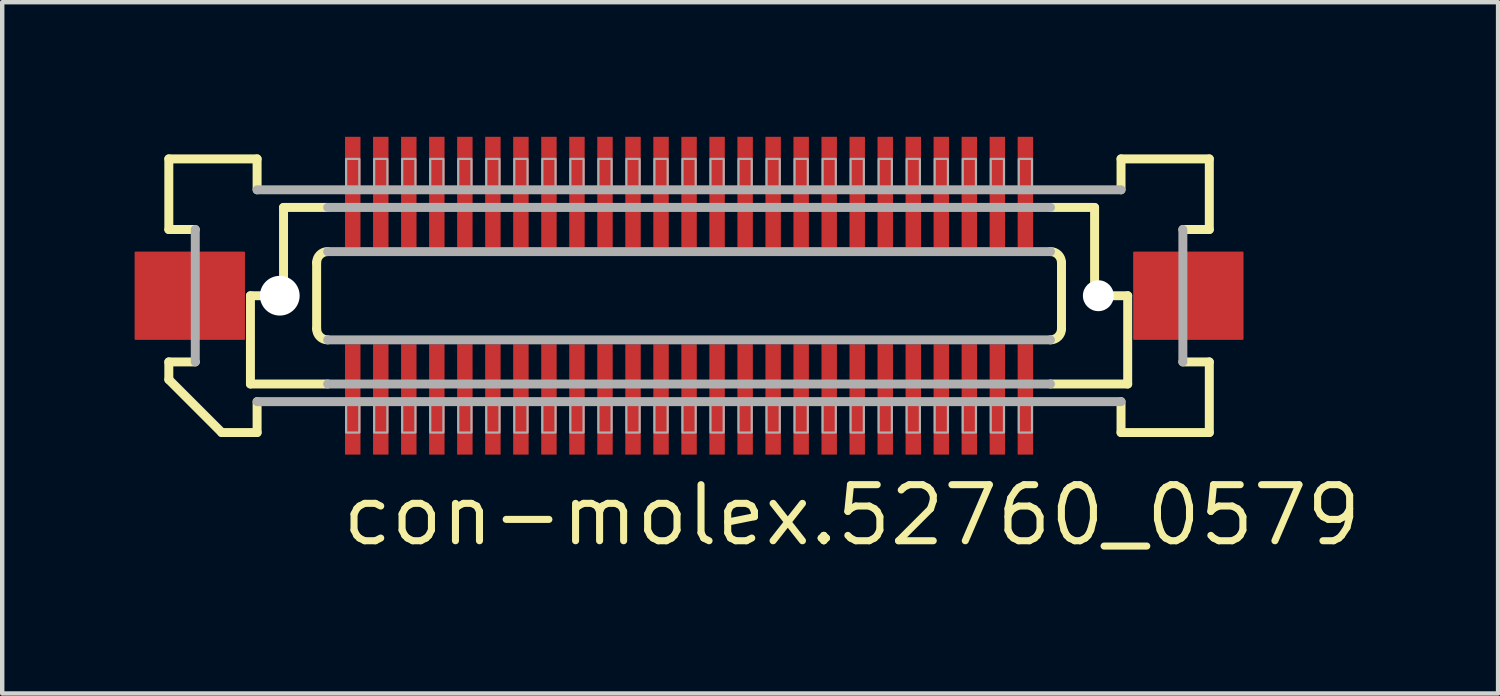
<source format=kicad_pcb>
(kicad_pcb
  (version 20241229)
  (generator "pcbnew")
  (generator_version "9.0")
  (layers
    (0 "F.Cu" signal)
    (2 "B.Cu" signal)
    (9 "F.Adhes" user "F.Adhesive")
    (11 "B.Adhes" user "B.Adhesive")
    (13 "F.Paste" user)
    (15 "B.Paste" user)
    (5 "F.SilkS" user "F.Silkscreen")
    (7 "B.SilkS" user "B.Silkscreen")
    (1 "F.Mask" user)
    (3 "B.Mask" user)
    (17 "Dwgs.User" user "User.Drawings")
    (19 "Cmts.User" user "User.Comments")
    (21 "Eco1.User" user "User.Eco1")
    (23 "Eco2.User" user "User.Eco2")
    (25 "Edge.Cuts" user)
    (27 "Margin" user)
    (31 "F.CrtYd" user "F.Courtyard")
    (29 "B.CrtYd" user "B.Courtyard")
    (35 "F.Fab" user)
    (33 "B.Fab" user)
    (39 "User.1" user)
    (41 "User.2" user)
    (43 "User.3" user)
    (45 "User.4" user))
  (footprint "con-molex.52760_0579"
    (layer "F.Cu")
    (at 12.562 3.65)
    (property "Reference" "con-molex.52760_0579" (at -7.938 5.715 0) (layer "F.SilkS") (effects (font (size 1.27 1.27) (thickness 0.16)) (justify left bottom)))
    (attr smd)
    (fp_rect (start -7.82 -1.075) (end -7.42 -3.625) (stroke (width 0.05) (type default)) (fill yes) (layer "F.Mask"))
    (fp_rect (start -7.82 3.625) (end -7.42 1.075) (stroke (width 0.05) (type default)) (fill yes) (layer "F.Mask"))
    (fp_rect (start -7.185 -1.075) (end -6.785 -3.625) (stroke (width 0.05) (type default)) (fill yes) (layer "F.Mask"))
    (fp_rect (start -7.185 3.625) (end -6.785 1.075) (stroke (width 0.05) (type default)) (fill yes) (layer "F.Mask"))
    (fp_rect (start -6.55 -1.075) (end -6.15 -3.625) (stroke (width 0.05) (type default)) (fill yes) (layer "F.Mask"))
    (fp_rect (start -6.55 3.625) (end -6.15 1.075) (stroke (width 0.05) (type default)) (fill yes) (layer "F.Mask"))
    (fp_rect (start -5.915 -1.075) (end -5.515 -3.625) (stroke (width 0.05) (type default)) (fill yes) (layer "F.Mask"))
    (fp_rect (start -5.915 3.625) (end -5.515 1.075) (stroke (width 0.05) (type default)) (fill yes) (layer "F.Mask"))
    (fp_rect (start -5.28 -1.075) (end -4.88 -3.625) (stroke (width 0.05) (type default)) (fill yes) (layer "F.Mask"))
    (fp_rect (start -5.28 3.625) (end -4.88 1.075) (stroke (width 0.05) (type default)) (fill yes) (layer "F.Mask"))
    (fp_rect (start -4.645 -1.075) (end -4.245 -3.625) (stroke (width 0.05) (type default)) (fill yes) (layer "F.Mask"))
    (fp_rect (start -4.645 3.625) (end -4.245 1.075) (stroke (width 0.05) (type default)) (fill yes) (layer "F.Mask"))
    (fp_rect (start -4.01 -1.075) (end -3.61 -3.625) (stroke (width 0.05) (type default)) (fill yes) (layer "F.Mask"))
    (fp_rect (start -4.01 3.625) (end -3.61 1.075) (stroke (width 0.05) (type default)) (fill yes) (layer "F.Mask"))
    (fp_rect (start -3.375 -1.075) (end -2.975 -3.625) (stroke (width 0.05) (type default)) (fill yes) (layer "F.Mask"))
    (fp_rect (start -3.375 3.625) (end -2.975 1.075) (stroke (width 0.05) (type default)) (fill yes) (layer "F.Mask"))
    (fp_rect (start -2.74 -1.075) (end -2.34 -3.625) (stroke (width 0.05) (type default)) (fill yes) (layer "F.Mask"))
    (fp_rect (start -2.74 3.625) (end -2.34 1.075) (stroke (width 0.05) (type default)) (fill yes) (layer "F.Mask"))
    (fp_rect (start -2.105 -1.075) (end -1.705 -3.625) (stroke (width 0.05) (type default)) (fill yes) (layer "F.Mask"))
    (fp_rect (start -2.105 3.625) (end -1.705 1.075) (stroke (width 0.05) (type default)) (fill yes) (layer "F.Mask"))
    (fp_rect (start -1.47 -1.075) (end -1.07 -3.625) (stroke (width 0.05) (type default)) (fill yes) (layer "F.Mask"))
    (fp_rect (start -1.47 3.625) (end -1.07 1.075) (stroke (width 0.05) (type default)) (fill yes) (layer "F.Mask"))
    (fp_rect (start -0.835 -1.075) (end -0.435 -3.625) (stroke (width 0.05) (type default)) (fill yes) (layer "F.Mask"))
    (fp_rect (start -0.835 3.625) (end -0.435 1.075) (stroke (width 0.05) (type default)) (fill yes) (layer "F.Mask"))
    (fp_rect (start -0.2 -1.075) (end 0.2 -3.625) (stroke (width 0.05) (type default)) (fill yes) (layer "F.Mask"))
    (fp_rect (start -0.2 3.625) (end 0.2 1.075) (stroke (width 0.05) (type default)) (fill yes) (layer "F.Mask"))
    (fp_rect (start 0.435 -1.075) (end 0.835 -3.625) (stroke (width 0.05) (type default)) (fill yes) (layer "F.Mask"))
    (fp_rect (start 0.435 3.625) (end 0.835 1.075) (stroke (width 0.05) (type default)) (fill yes) (layer "F.Mask"))
    (fp_rect (start 1.07 -1.075) (end 1.47 -3.625) (stroke (width 0.05) (type default)) (fill yes) (layer "F.Mask"))
    (fp_rect (start 1.07 3.625) (end 1.47 1.075) (stroke (width 0.05) (type default)) (fill yes) (layer "F.Mask"))
    (fp_rect (start 1.705 -1.075) (end 2.105 -3.625) (stroke (width 0.05) (type default)) (fill yes) (layer "F.Mask"))
    (fp_rect (start 1.705 3.625) (end 2.105 1.075) (stroke (width 0.05) (type default)) (fill yes) (layer "F.Mask"))
    (fp_rect (start 2.34 -1.075) (end 2.74 -3.625) (stroke (width 0.05) (type default)) (fill yes) (layer "F.Mask"))
    (fp_rect (start 2.34 3.625) (end 2.74 1.075) (stroke (width 0.05) (type default)) (fill yes) (layer "F.Mask"))
    (fp_rect (start 2.975 -1.075) (end 3.375 -3.625) (stroke (width 0.05) (type default)) (fill yes) (layer "F.Mask"))
    (fp_rect (start 2.975 3.625) (end 3.375 1.075) (stroke (width 0.05) (type default)) (fill yes) (layer "F.Mask"))
    (fp_rect (start 3.61 -1.075) (end 4.01 -3.625) (stroke (width 0.05) (type default)) (fill yes) (layer "F.Mask"))
    (fp_rect (start 3.61 3.625) (end 4.01 1.075) (stroke (width 0.05) (type default)) (fill yes) (layer "F.Mask"))
    (fp_rect (start 4.245 -1.075) (end 4.645 -3.625) (stroke (width 0.05) (type default)) (fill yes) (layer "F.Mask"))
    (fp_rect (start 4.245 3.625) (end 4.645 1.075) (stroke (width 0.05) (type default)) (fill yes) (layer "F.Mask"))
    (fp_rect (start 4.88 -1.075) (end 5.28 -3.625) (stroke (width 0.05) (type default)) (fill yes) (layer "F.Mask"))
    (fp_rect (start 4.88 3.625) (end 5.28 1.075) (stroke (width 0.05) (type default)) (fill yes) (layer "F.Mask"))
    (fp_rect (start 5.515 -1.075) (end 5.915 -3.625) (stroke (width 0.05) (type default)) (fill yes) (layer "F.Mask"))
    (fp_rect (start 5.515 3.625) (end 5.915 1.075) (stroke (width 0.05) (type default)) (fill yes) (layer "F.Mask"))
    (fp_rect (start 6.15 -1.075) (end 6.55 -3.625) (stroke (width 0.05) (type default)) (fill yes) (layer "F.Mask"))
    (fp_rect (start 6.15 3.625) (end 6.55 1.075) (stroke (width 0.05) (type default)) (fill yes) (layer "F.Mask"))
    (fp_rect (start 6.785 -1.075) (end 7.185 -3.625) (stroke (width 0.05) (type default)) (fill yes) (layer "F.Mask"))
    (fp_rect (start 6.785 3.625) (end 7.185 1.075) (stroke (width 0.05) (type default)) (fill yes) (layer "F.Mask"))
    (fp_rect (start 7.42 -1.075) (end 7.82 -3.625) (stroke (width 0.05) (type default)) (fill yes) (layer "F.Mask"))
    (fp_rect (start 7.42 3.625) (end 7.82 1.075) (stroke (width 0.05) (type default)) (fill yes) (layer "F.Mask"))
    (fp_line (start -11.787 -3.1) (end -9.787 -3.1) (stroke (width 0.203) (type default)) (layer "F.SilkS"))
    (fp_line (start -11.787 -1.5) (end -11.787 -3.1) (stroke (width 0.203) (type default)) (layer "F.SilkS"))
    (fp_line (start -11.787 1.5) (end -11.188 1.5) (stroke (width 0.203) (type default)) (layer "F.SilkS"))
    (fp_line (start -11.787 1.9) (end -11.787 1.5) (stroke (width 0.203) (type default)) (layer "F.SilkS"))
    (fp_line (start -11.188 -1.5) (end -11.787 -1.5) (stroke (width 0.203) (type default)) (layer "F.SilkS"))
    (fp_line (start -10.588 3.1) (end -11.787 1.9) (stroke (width 0.203) (type default)) (layer "F.SilkS"))
    (fp_line (start -9.938 0) (end -9.938 2) (stroke (width 0.203) (type default)) (layer "F.SilkS"))
    (fp_line (start -9.938 2) (end -8.188 2) (stroke (width 0.203) (type default)) (layer "F.SilkS"))
    (fp_line (start -9.787 -3.1) (end -9.787 -2.4) (stroke (width 0.203) (type default)) (layer "F.SilkS"))
    (fp_line (start -9.787 2.4) (end -9.787 3.1) (stroke (width 0.203) (type default)) (layer "F.SilkS"))
    (fp_line (start -9.787 3.1) (end -10.588 3.1) (stroke (width 0.203) (type default)) (layer "F.SilkS"))
    (fp_line (start -9.188 -2) (end -9.188 0) (stroke (width 0.203) (type default)) (layer "F.SilkS"))
    (fp_line (start -9.188 0) (end -9.938 0) (stroke (width 0.203) (type default)) (layer "F.SilkS"))
    (fp_line (start -8.438 0.75) (end -8.438 -0.75) (stroke (width 0.203) (type default)) (layer "F.SilkS"))
    (fp_line (start -8.188 -2) (end -9.188 -2) (stroke (width 0.203) (type default)) (layer "F.SilkS"))
    (fp_line (start 8.188 2) (end 9.938 2) (stroke (width 0.203) (type default)) (layer "F.SilkS"))
    (fp_line (start 8.438 -0.75) (end 8.438 0.75) (stroke (width 0.203) (type default)) (layer "F.SilkS"))
    (fp_line (start 9.188 -2) (end 8.188 -2) (stroke (width 0.203) (type default)) (layer "F.SilkS"))
    (fp_line (start 9.188 -2) (end 9.188 0) (stroke (width 0.203) (type default)) (layer "F.SilkS"))
    (fp_line (start 9.787 -3.1) (end 11.787 -3.1) (stroke (width 0.203) (type default)) (layer "F.SilkS"))
    (fp_line (start 9.787 -2.4) (end 9.787 -3.1) (stroke (width 0.203) (type default)) (layer "F.SilkS"))
    (fp_line (start 9.787 3.1) (end 9.787 2.4) (stroke (width 0.203) (type default)) (layer "F.SilkS"))
    (fp_line (start 9.938 0) (end 9.188 0) (stroke (width 0.203) (type default)) (layer "F.SilkS"))
    (fp_line (start 9.938 0) (end 9.938 2) (stroke (width 0.203) (type default)) (layer "F.SilkS"))
    (fp_line (start 11.188 1.5) (end 11.787 1.5) (stroke (width 0.203) (type default)) (layer "F.SilkS"))
    (fp_line (start 11.787 -3.1) (end 11.787 -1.5) (stroke (width 0.203) (type default)) (layer "F.SilkS"))
    (fp_line (start 11.787 -1.5) (end 11.188 -1.5) (stroke (width 0.203) (type default)) (layer "F.SilkS"))
    (fp_line (start 11.787 1.5) (end 11.787 3.1) (stroke (width 0.203) (type default)) (layer "F.SilkS"))
    (fp_line (start 11.787 3.1) (end 9.787 3.1) (stroke (width 0.203) (type default)) (layer "F.SilkS"))
    (fp_arc (start -8.4375 -0.75) (mid -8.364277 -0.926777) (end -8.1875 -1) (stroke (width 0.2032) (type default)) (layer "F.SilkS"))
    (fp_arc (start -8.1875 1) (mid -8.364277 0.926777) (end -8.4375 0.75) (stroke (width 0.2032) (type default)) (layer "F.SilkS"))
    (fp_arc (start 8.1875 -1) (mid 8.364277 -0.926777) (end 8.4375 -0.75) (stroke (width 0.2032) (type default)) (layer "F.SilkS"))
    (fp_arc (start 8.4375 0.75) (mid 8.364277 0.926777) (end 8.1875 1) (stroke (width 0.2032) (type default)) (layer "F.SilkS"))
    (fp_line (start -11.188 1.5) (end -11.188 -1.5) (stroke (width 0.203) (type default)) (layer "F.Fab"))
    (fp_line (start -9.787 -2.4) (end 9.787 -2.4) (stroke (width 0.203) (type default)) (layer "F.Fab"))
    (fp_line (start -8.188 -1) (end 8.188 -1) (stroke (width 0.203) (type default)) (layer "F.Fab"))
    (fp_line (start -8.188 2) (end 8.188 2) (stroke (width 0.203) (type default)) (layer "F.Fab"))
    (fp_line (start 8.188 -2) (end -8.188 -2) (stroke (width 0.203) (type default)) (layer "F.Fab"))
    (fp_line (start 8.188 1) (end -8.188 1) (stroke (width 0.203) (type default)) (layer "F.Fab"))
    (fp_line (start 9.787 2.4) (end -9.787 2.4) (stroke (width 0.203) (type default)) (layer "F.Fab"))
    (fp_line (start 11.188 -1.5) (end 11.188 1.5) (stroke (width 0.203) (type default)) (layer "F.Fab"))
    (fp_rect (start -7.77 -2.375) (end -7.47 -3.1) (stroke (width 0.05) (type default)) (fill no) (layer "F.Fab"))
    (fp_rect (start -7.77 3.1) (end -7.47 2.375) (stroke (width 0.05) (type default)) (fill no) (layer "F.Fab"))
    (fp_rect (start -7.135 -2.375) (end -6.835 -3.1) (stroke (width 0.05) (type default)) (fill no) (layer "F.Fab"))
    (fp_rect (start -7.135 3.1) (end -6.835 2.375) (stroke (width 0.05) (type default)) (fill no) (layer "F.Fab"))
    (fp_rect (start -6.5 -2.375) (end -6.2 -3.1) (stroke (width 0.05) (type default)) (fill no) (layer "F.Fab"))
    (fp_rect (start -6.5 3.1) (end -6.2 2.375) (stroke (width 0.05) (type default)) (fill no) (layer "F.Fab"))
    (fp_rect (start -5.865 -2.375) (end -5.565 -3.1) (stroke (width 0.05) (type default)) (fill no) (layer "F.Fab"))
    (fp_rect (start -5.865 3.1) (end -5.565 2.375) (stroke (width 0.05) (type default)) (fill no) (layer "F.Fab"))
    (fp_rect (start -5.23 -2.375) (end -4.93 -3.1) (stroke (width 0.05) (type default)) (fill no) (layer "F.Fab"))
    (fp_rect (start -5.23 3.1) (end -4.93 2.375) (stroke (width 0.05) (type default)) (fill no) (layer "F.Fab"))
    (fp_rect (start -4.595 -2.375) (end -4.295 -3.1) (stroke (width 0.05) (type default)) (fill no) (layer "F.Fab"))
    (fp_rect (start -4.595 3.1) (end -4.295 2.375) (stroke (width 0.05) (type default)) (fill no) (layer "F.Fab"))
    (fp_rect (start -3.96 -2.375) (end -3.66 -3.1) (stroke (width 0.05) (type default)) (fill no) (layer "F.Fab"))
    (fp_rect (start -3.96 3.1) (end -3.66 2.375) (stroke (width 0.05) (type default)) (fill no) (layer "F.Fab"))
    (fp_rect (start -3.325 -2.375) (end -3.025 -3.1) (stroke (width 0.05) (type default)) (fill no) (layer "F.Fab"))
    (fp_rect (start -3.325 3.1) (end -3.025 2.375) (stroke (width 0.05) (type default)) (fill no) (layer "F.Fab"))
    (fp_rect (start -2.69 -2.375) (end -2.39 -3.1) (stroke (width 0.05) (type default)) (fill no) (layer "F.Fab"))
    (fp_rect (start -2.69 3.1) (end -2.39 2.375) (stroke (width 0.05) (type default)) (fill no) (layer "F.Fab"))
    (fp_rect (start -2.055 -2.375) (end -1.755 -3.1) (stroke (width 0.05) (type default)) (fill no) (layer "F.Fab"))
    (fp_rect (start -2.055 3.1) (end -1.755 2.375) (stroke (width 0.05) (type default)) (fill no) (layer "F.Fab"))
    (fp_rect (start -1.42 -2.375) (end -1.12 -3.1) (stroke (width 0.05) (type default)) (fill no) (layer "F.Fab"))
    (fp_rect (start -1.42 3.1) (end -1.12 2.375) (stroke (width 0.05) (type default)) (fill no) (layer "F.Fab"))
    (fp_rect (start -0.785 -2.375) (end -0.485 -3.1) (stroke (width 0.05) (type default)) (fill no) (layer "F.Fab"))
    (fp_rect (start -0.785 3.1) (end -0.485 2.375) (stroke (width 0.05) (type default)) (fill no) (layer "F.Fab"))
    (fp_rect (start -0.15 -2.375) (end 0.15 -3.1) (stroke (width 0.05) (type default)) (fill no) (layer "F.Fab"))
    (fp_rect (start -0.15 3.1) (end 0.15 2.375) (stroke (width 0.05) (type default)) (fill no) (layer "F.Fab"))
    (fp_rect (start 0.485 -2.375) (end 0.785 -3.1) (stroke (width 0.05) (type default)) (fill no) (layer "F.Fab"))
    (fp_rect (start 0.485 3.1) (end 0.785 2.375) (stroke (width 0.05) (type default)) (fill no) (layer "F.Fab"))
    (fp_rect (start 1.12 -2.375) (end 1.42 -3.1) (stroke (width 0.05) (type default)) (fill no) (layer "F.Fab"))
    (fp_rect (start 1.12 3.1) (end 1.42 2.375) (stroke (width 0.05) (type default)) (fill no) (layer "F.Fab"))
    (fp_rect (start 1.755 -2.375) (end 2.055 -3.1) (stroke (width 0.05) (type default)) (fill no) (layer "F.Fab"))
    (fp_rect (start 1.755 3.1) (end 2.055 2.375) (stroke (width 0.05) (type default)) (fill no) (layer "F.Fab"))
    (fp_rect (start 2.39 -2.375) (end 2.69 -3.1) (stroke (width 0.05) (type default)) (fill no) (layer "F.Fab"))
    (fp_rect (start 2.39 3.1) (end 2.69 2.375) (stroke (width 0.05) (type default)) (fill no) (layer "F.Fab"))
    (fp_rect (start 3.025 -2.375) (end 3.325 -3.1) (stroke (width 0.05) (type default)) (fill no) (layer "F.Fab"))
    (fp_rect (start 3.025 3.1) (end 3.325 2.375) (stroke (width 0.05) (type default)) (fill no) (layer "F.Fab"))
    (fp_rect (start 3.66 -2.375) (end 3.96 -3.1) (stroke (width 0.05) (type default)) (fill no) (layer "F.Fab"))
    (fp_rect (start 3.66 3.1) (end 3.96 2.375) (stroke (width 0.05) (type default)) (fill no) (layer "F.Fab"))
    (fp_rect (start 4.295 -2.375) (end 4.595 -3.1) (stroke (width 0.05) (type default)) (fill no) (layer "F.Fab"))
    (fp_rect (start 4.295 3.1) (end 4.595 2.375) (stroke (width 0.05) (type default)) (fill no) (layer "F.Fab"))
    (fp_rect (start 4.93 -2.375) (end 5.23 -3.1) (stroke (width 0.05) (type default)) (fill no) (layer "F.Fab"))
    (fp_rect (start 4.93 3.1) (end 5.23 2.375) (stroke (width 0.05) (type default)) (fill no) (layer "F.Fab"))
    (fp_rect (start 5.565 -2.375) (end 5.865 -3.1) (stroke (width 0.05) (type default)) (fill no) (layer "F.Fab"))
    (fp_rect (start 5.565 3.1) (end 5.865 2.375) (stroke (width 0.05) (type default)) (fill no) (layer "F.Fab"))
    (fp_rect (start 6.2 -2.375) (end 6.5 -3.1) (stroke (width 0.05) (type default)) (fill no) (layer "F.Fab"))
    (fp_rect (start 6.2 3.1) (end 6.5 2.375) (stroke (width 0.05) (type default)) (fill no) (layer "F.Fab"))
    (fp_rect (start 6.835 -2.375) (end 7.135 -3.1) (stroke (width 0.05) (type default)) (fill no) (layer "F.Fab"))
    (fp_rect (start 6.835 3.1) (end 7.135 2.375) (stroke (width 0.05) (type default)) (fill no) (layer "F.Fab"))
    (fp_rect (start 7.47 -2.375) (end 7.77 -3.1) (stroke (width 0.05) (type default)) (fill no) (layer "F.Fab"))
    (fp_rect (start 7.47 3.1) (end 7.77 2.375) (stroke (width 0.05) (type default)) (fill no) (layer "F.Fab"))
    (pad "" np_thru_hole circle (at -9.273 0) (size 0.9 0.9) (drill 0.9) (layers "*.Cu" "*.Mask"))
    (pad "" np_thru_hole circle (at 9.273 0) (size 0.7 0.7) (drill 0.7) (layers "*.Cu" "*.Mask"))
    (pad "1" smd roundrect (at -7.62 2.35) (size 0.35 2.5) (layers "F.Cu" "F.Mask" "F.Paste") (roundrect_rratio 0.01))
    (pad "2" smd roundrect (at -7.62 -2.35 180) (size 0.35 2.5) (layers "F.Cu" "F.Mask" "F.Paste") (roundrect_rratio 0.01))
    (pad "3" smd roundrect (at -6.985 2.35) (size 0.35 2.5) (layers "F.Cu" "F.Mask" "F.Paste") (roundrect_rratio 0.01))
    (pad "4" smd roundrect (at -6.985 -2.35 180) (size 0.35 2.5) (layers "F.Cu" "F.Mask" "F.Paste") (roundrect_rratio 0.01))
    (pad "5" smd roundrect (at -6.35 2.35) (size 0.35 2.5) (layers "F.Cu" "F.Mask" "F.Paste") (roundrect_rratio 0.01))
    (pad "6" smd roundrect (at -6.35 -2.35 180) (size 0.35 2.5) (layers "F.Cu" "F.Mask" "F.Paste") (roundrect_rratio 0.01))
    (pad "7" smd roundrect (at -5.715 2.35) (size 0.35 2.5) (layers "F.Cu" "F.Mask" "F.Paste") (roundrect_rratio 0.01))
    (pad "8" smd roundrect (at -5.715 -2.35 180) (size 0.35 2.5) (layers "F.Cu" "F.Mask" "F.Paste") (roundrect_rratio 0.01))
    (pad "9" smd roundrect (at -5.08 2.35) (size 0.35 2.5) (layers "F.Cu" "F.Mask" "F.Paste") (roundrect_rratio 0.01))
    (pad "10" smd roundrect (at -5.08 -2.35 180) (size 0.35 2.5) (layers "F.Cu" "F.Mask" "F.Paste") (roundrect_rratio 0.01))
    (pad "11" smd roundrect (at -4.445 2.35) (size 0.35 2.5) (layers "F.Cu" "F.Mask" "F.Paste") (roundrect_rratio 0.01))
    (pad "12" smd roundrect (at -4.445 -2.35 180) (size 0.35 2.5) (layers "F.Cu" "F.Mask" "F.Paste") (roundrect_rratio 0.01))
    (pad "13" smd roundrect (at -3.81 2.35) (size 0.35 2.5) (layers "F.Cu" "F.Mask" "F.Paste") (roundrect_rratio 0.01))
    (pad "14" smd roundrect (at -3.81 -2.35 180) (size 0.35 2.5) (layers "F.Cu" "F.Mask" "F.Paste") (roundrect_rratio 0.01))
    (pad "15" smd roundrect (at -3.175 2.35) (size 0.35 2.5) (layers "F.Cu" "F.Mask" "F.Paste") (roundrect_rratio 0.01))
    (pad "16" smd roundrect (at -3.175 -2.35 180) (size 0.35 2.5) (layers "F.Cu" "F.Mask" "F.Paste") (roundrect_rratio 0.01))
    (pad "17" smd roundrect (at -2.54 2.35) (size 0.35 2.5) (layers "F.Cu" "F.Mask" "F.Paste") (roundrect_rratio 0.01))
    (pad "18" smd roundrect (at -2.54 -2.35 180) (size 0.35 2.5) (layers "F.Cu" "F.Mask" "F.Paste") (roundrect_rratio 0.01))
    (pad "19" smd roundrect (at -1.905 2.35) (size 0.35 2.5) (layers "F.Cu" "F.Mask" "F.Paste") (roundrect_rratio 0.01))
    (pad "20" smd roundrect (at -1.905 -2.35 180) (size 0.35 2.5) (layers "F.Cu" "F.Mask" "F.Paste") (roundrect_rratio 0.01))
    (pad "21" smd roundrect (at -1.27 2.35) (size 0.35 2.5) (layers "F.Cu" "F.Mask" "F.Paste") (roundrect_rratio 0.01))
    (pad "22" smd roundrect (at -1.27 -2.35 180) (size 0.35 2.5) (layers "F.Cu" "F.Mask" "F.Paste") (roundrect_rratio 0.01))
    (pad "23" smd roundrect (at -0.635 2.35) (size 0.35 2.5) (layers "F.Cu" "F.Mask" "F.Paste") (roundrect_rratio 0.01))
    (pad "24" smd roundrect (at -0.635 -2.35 180) (size 0.35 2.5) (layers "F.Cu" "F.Mask" "F.Paste") (roundrect_rratio 0.01))
    (pad "25" smd roundrect (at 0 2.35) (size 0.35 2.5) (layers "F.Cu" "F.Mask" "F.Paste") (roundrect_rratio 0.01))
    (pad "26" smd roundrect (at 0 -2.35 180) (size 0.35 2.5) (layers "F.Cu" "F.Mask" "F.Paste") (roundrect_rratio 0.01))
    (pad "27" smd roundrect (at 0.635 2.35) (size 0.35 2.5) (layers "F.Cu" "F.Mask" "F.Paste") (roundrect_rratio 0.01))
    (pad "28" smd roundrect (at 0.635 -2.35 180) (size 0.35 2.5) (layers "F.Cu" "F.Mask" "F.Paste") (roundrect_rratio 0.01))
    (pad "29" smd roundrect (at 1.27 2.35) (size 0.35 2.5) (layers "F.Cu" "F.Mask" "F.Paste") (roundrect_rratio 0.01))
    (pad "30" smd roundrect (at 1.27 -2.35 180) (size 0.35 2.5) (layers "F.Cu" "F.Mask" "F.Paste") (roundrect_rratio 0.01))
    (pad "31" smd roundrect (at 1.905 2.35) (size 0.35 2.5) (layers "F.Cu" "F.Mask" "F.Paste") (roundrect_rratio 0.01))
    (pad "32" smd roundrect (at 1.905 -2.35 180) (size 0.35 2.5) (layers "F.Cu" "F.Mask" "F.Paste") (roundrect_rratio 0.01))
    (pad "33" smd roundrect (at 2.54 2.35) (size 0.35 2.5) (layers "F.Cu" "F.Mask" "F.Paste") (roundrect_rratio 0.01))
    (pad "34" smd roundrect (at 2.54 -2.35 180) (size 0.35 2.5) (layers "F.Cu" "F.Mask" "F.Paste") (roundrect_rratio 0.01))
    (pad "35" smd roundrect (at 3.175 2.35) (size 0.35 2.5) (layers "F.Cu" "F.Mask" "F.Paste") (roundrect_rratio 0.01))
    (pad "36" smd roundrect (at 3.175 -2.35 180) (size 0.35 2.5) (layers "F.Cu" "F.Mask" "F.Paste") (roundrect_rratio 0.01))
    (pad "37" smd roundrect (at 3.81 2.35) (size 0.35 2.5) (layers "F.Cu" "F.Mask" "F.Paste") (roundrect_rratio 0.01))
    (pad "38" smd roundrect (at 3.81 -2.35 180) (size 0.35 2.5) (layers "F.Cu" "F.Mask" "F.Paste") (roundrect_rratio 0.01))
    (pad "39" smd roundrect (at 4.445 2.35) (size 0.35 2.5) (layers "F.Cu" "F.Mask" "F.Paste") (roundrect_rratio 0.01))
    (pad "40" smd roundrect (at 4.445 -2.35 180) (size 0.35 2.5) (layers "F.Cu" "F.Mask" "F.Paste") (roundrect_rratio 0.01))
    (pad "41" smd roundrect (at 5.08 2.35) (size 0.35 2.5) (layers "F.Cu" "F.Mask" "F.Paste") (roundrect_rratio 0.01))
    (pad "42" smd roundrect (at 5.08 -2.35 180) (size 0.35 2.5) (layers "F.Cu" "F.Mask" "F.Paste") (roundrect_rratio 0.01))
    (pad "43" smd roundrect (at 5.715 2.35) (size 0.35 2.5) (layers "F.Cu" "F.Mask" "F.Paste") (roundrect_rratio 0.01))
    (pad "44" smd roundrect (at 5.715 -2.35 180) (size 0.35 2.5) (layers "F.Cu" "F.Mask" "F.Paste") (roundrect_rratio 0.01))
    (pad "45" smd roundrect (at 6.35 2.35) (size 0.35 2.5) (layers "F.Cu" "F.Mask" "F.Paste") (roundrect_rratio 0.01))
    (pad "46" smd roundrect (at 6.35 -2.35 180) (size 0.35 2.5) (layers "F.Cu" "F.Mask" "F.Paste") (roundrect_rratio 0.01))
    (pad "47" smd roundrect (at 6.985 2.35) (size 0.35 2.5) (layers "F.Cu" "F.Mask" "F.Paste") (roundrect_rratio 0.01))
    (pad "48" smd roundrect (at 6.985 -2.35 180) (size 0.35 2.5) (layers "F.Cu" "F.Mask" "F.Paste") (roundrect_rratio 0.01))
    (pad "49" smd roundrect (at 7.62 2.35) (size 0.35 2.5) (layers "F.Cu" "F.Mask" "F.Paste") (roundrect_rratio 0.01))
    (pad "50" smd roundrect (at 7.62 -2.35 180) (size 0.35 2.5) (layers "F.Cu" "F.Mask" "F.Paste") (roundrect_rratio 0.01))
    (pad "M1" smd roundrect (at -11.312 0) (size 2.5 2) (layers "F.Cu" "F.Mask" "F.Paste") (roundrect_rratio 0.01))
    (pad "M2" smd roundrect (at 11.312 0 180) (size 2.5 2) (layers "F.Cu" "F.Mask" "F.Paste") (roundrect_rratio 0.01)))
  (gr_rect
    (start -3 -3)
    (end 30.892 12.662)
    (stroke (width 0.1) (type default))
    (fill no)
    (layer "Edge.Cuts")))
</source>
